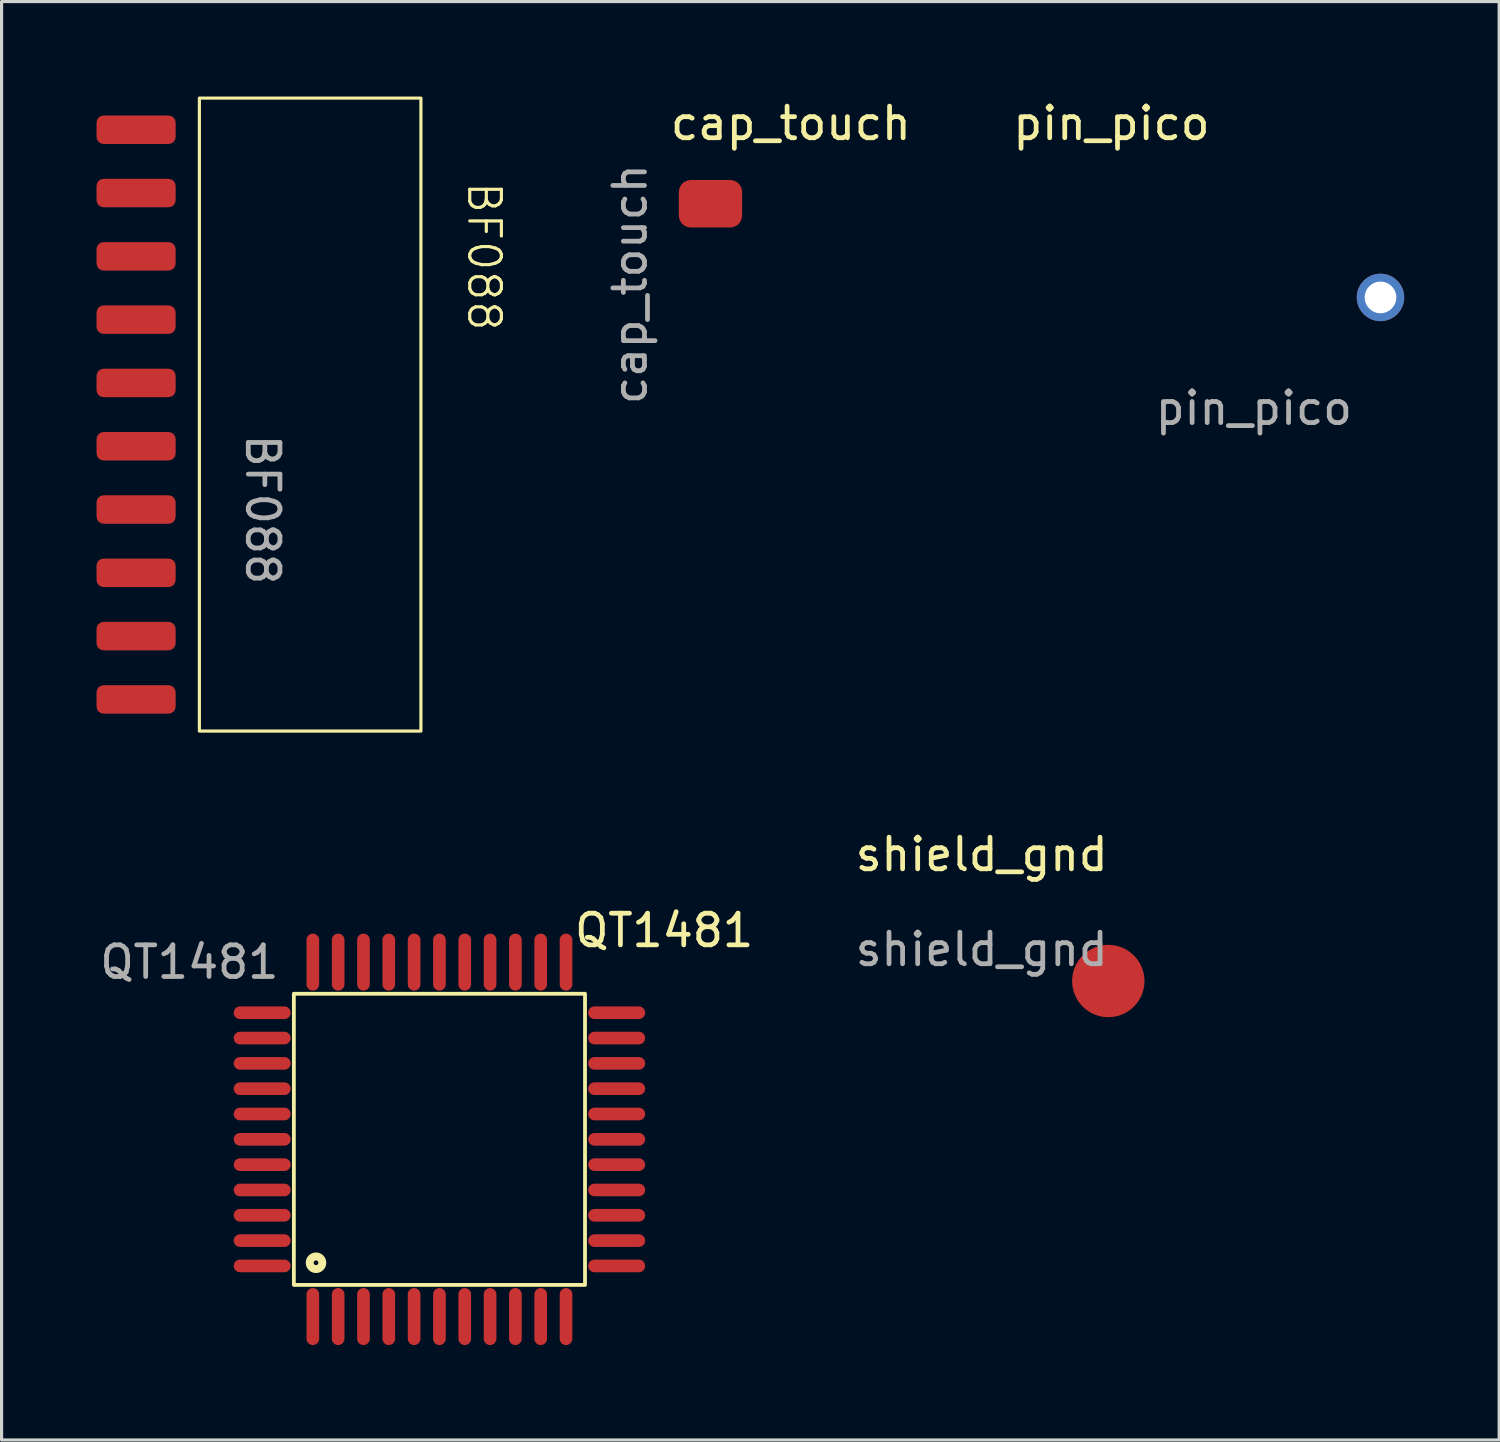
<source format=kicad_pcb>
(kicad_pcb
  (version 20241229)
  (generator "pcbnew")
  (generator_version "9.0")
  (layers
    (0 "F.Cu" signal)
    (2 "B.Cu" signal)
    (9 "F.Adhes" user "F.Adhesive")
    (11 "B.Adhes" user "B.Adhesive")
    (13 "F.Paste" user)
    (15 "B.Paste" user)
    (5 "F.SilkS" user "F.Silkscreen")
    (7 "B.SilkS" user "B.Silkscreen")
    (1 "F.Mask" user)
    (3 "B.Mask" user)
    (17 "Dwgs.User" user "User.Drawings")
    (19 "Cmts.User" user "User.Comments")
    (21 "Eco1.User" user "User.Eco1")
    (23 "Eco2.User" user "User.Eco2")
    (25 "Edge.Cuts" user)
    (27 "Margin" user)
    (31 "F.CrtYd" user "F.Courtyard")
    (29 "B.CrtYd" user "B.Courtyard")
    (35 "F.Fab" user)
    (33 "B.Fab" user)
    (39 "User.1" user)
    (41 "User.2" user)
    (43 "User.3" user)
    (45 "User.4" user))
  (footprint "BF088"
    (layer "F.Cu")
    (at 1.25 1.05)
    (property "Reference" "BF088" (at 11 4 270) (unlocked yes) (layer "F.SilkS") (effects (font (size 1 1) (thickness 0.1))))
    (attr smd)
    (fp_rect (start 2 -1) (end 9 19) (stroke (width 0.1) (type default)) (fill no) (layer "F.SilkS"))
    (fp_text user "${REFERENCE}" (at 4 12 270) (unlocked yes) (layer "F.Fab") (effects (font (size 1 1) (thickness 0.15))))
    (pad "1" smd roundrect (at 0 0) (size 2.5 0.9) (layers "F.Cu" "F.Mask" "F.Paste") (roundrect_rratio 0.25))
    (pad "2" smd roundrect (at 0 2) (size 2.5 0.9) (layers "F.Cu" "F.Mask" "F.Paste") (roundrect_rratio 0.25))
    (pad "3" smd roundrect (at 0 4) (size 2.5 0.9) (layers "F.Cu" "F.Mask" "F.Paste") (roundrect_rratio 0.25))
    (pad "4" smd roundrect (at 0 6) (size 2.5 0.9) (layers "F.Cu" "F.Mask" "F.Paste") (roundrect_rratio 0.25))
    (pad "5" smd roundrect (at 0 8) (size 2.5 0.9) (layers "F.Cu" "F.Mask" "F.Paste") (roundrect_rratio 0.25))
    (pad "6" smd roundrect (at 0 10) (size 2.5 0.9) (layers "F.Cu" "F.Mask" "F.Paste") (roundrect_rratio 0.25))
    (pad "7" smd roundrect (at 0 12) (size 2.5 0.9) (layers "F.Cu" "F.Mask" "F.Paste") (roundrect_rratio 0.25))
    (pad "8" smd roundrect (at 0 14) (size 2.5 0.9) (layers "F.Cu" "F.Mask" "F.Paste") (roundrect_rratio 0.25))
    (pad "9" smd roundrect (at 0 16) (size 2.5 0.9) (layers "F.Cu" "F.Mask" "F.Paste") (roundrect_rratio 0.25))
    (pad "10" smd roundrect (at 0 18) (size 2.5 0.9) (layers "F.Cu" "F.Mask" "F.Paste") (roundrect_rratio 0.25)))
  (footprint "QT1481"
    (layer "F.Cu")
    (at 4.435 23.35)
    (property "Reference" "QT1481" (at 13.5 3 0) (unlocked yes) (layer "F.SilkS") (effects (font (size 1 1) (thickness 0.15))))
    (attr smd)
    (fp_rect (start 1.8 14.2) (end 11 5) (stroke (width 0.12) (type solid)) (fill no) (layer "F.SilkS"))
    (fp_circle (center 2.5 13.5) (end 2.7 13.5) (stroke (width 0.25) (type solid)) (fill no) (layer "F.SilkS"))
    (fp_text user "${REFERENCE}" (at -1.5 4 0) (unlocked yes) (layer "F.Fab") (effects (font (size 1 1) (thickness 0.15))))
    (pad "1" smd oval (at 2.4 15.2) (size 0.4 1.8) (layers "F.Cu" "F.Mask" "F.Paste"))
    (pad "2" smd oval (at 3.2 15.2) (size 0.4 1.8) (layers "F.Cu" "F.Mask" "F.Paste"))
    (pad "3" smd oval (at 4 15.2) (size 0.4 1.8) (layers "F.Cu" "F.Mask" "F.Paste"))
    (pad "4" smd oval (at 4.8 15.2) (size 0.4 1.8) (layers "F.Cu" "F.Mask" "F.Paste"))
    (pad "5" smd oval (at 5.6 15.2) (size 0.4 1.8) (layers "F.Cu" "F.Mask" "F.Paste"))
    (pad "6" smd oval (at 6.4 15.2) (size 0.4 1.8) (layers "F.Cu" "F.Mask" "F.Paste"))
    (pad "7" smd oval (at 7.2 15.2) (size 0.4 1.8) (layers "F.Cu" "F.Mask" "F.Paste"))
    (pad "8" smd oval (at 8 15.2) (size 0.4 1.8) (layers "F.Cu" "F.Mask" "F.Paste"))
    (pad "9" smd oval (at 8.8 15.2) (size 0.4 1.8) (layers "F.Cu" "F.Mask" "F.Paste"))
    (pad "10" smd oval (at 9.6 15.2) (size 0.4 1.8) (layers "F.Cu" "F.Mask" "F.Paste"))
    (pad "11" smd oval (at 10.4 15.2) (size 0.4 1.8) (layers "F.Cu" "F.Mask" "F.Paste"))
    (pad "12" smd oval (at 12 13.6) (size 1.8 0.4) (layers "F.Cu" "F.Mask" "F.Paste"))
    (pad "13" smd oval (at 12 12.8) (size 1.8 0.4) (layers "F.Cu" "F.Mask" "F.Paste"))
    (pad "14" smd oval (at 12 12) (size 1.8 0.4) (layers "F.Cu" "F.Mask" "F.Paste"))
    (pad "15" smd oval (at 12 11.2) (size 1.8 0.4) (layers "F.Cu" "F.Mask" "F.Paste"))
    (pad "16" smd oval (at 12 10.4) (size 1.8 0.4) (layers "F.Cu" "F.Mask" "F.Paste"))
    (pad "17" smd oval (at 12 9.6) (size 1.8 0.4) (layers "F.Cu" "F.Mask" "F.Paste"))
    (pad "18" smd oval (at 12 8.8) (size 1.8 0.4) (layers "F.Cu" "F.Mask" "F.Paste"))
    (pad "19" smd oval (at 12 8) (size 1.8 0.4) (layers "F.Cu" "F.Mask" "F.Paste"))
    (pad "20" smd oval (at 12 7.2) (size 1.8 0.4) (layers "F.Cu" "F.Mask" "F.Paste"))
    (pad "21" smd oval (at 12 6.4) (size 1.8 0.4) (layers "F.Cu" "F.Mask" "F.Paste"))
    (pad "22" smd oval (at 12 5.6) (size 1.8 0.4) (layers "F.Cu" "F.Mask" "F.Paste"))
    (pad "23" smd oval (at 10.4 4) (size 0.4 1.8) (layers "F.Cu" "F.Mask" "F.Paste"))
    (pad "24" smd oval (at 9.6 4) (size 0.4 1.8) (layers "F.Cu" "F.Mask" "F.Paste"))
    (pad "25" smd oval (at 8.8 4) (size 0.4 1.8) (layers "F.Cu" "F.Mask" "F.Paste"))
    (pad "26" smd oval (at 8 4) (size 0.4 1.8) (layers "F.Cu" "F.Mask" "F.Paste"))
    (pad "27" smd oval (at 7.2 4) (size 0.4 1.8) (layers "F.Cu" "F.Mask" "F.Paste"))
    (pad "28" smd oval (at 6.4 4) (size 0.4 1.8) (layers "F.Cu" "F.Mask" "F.Paste"))
    (pad "29" smd oval (at 5.6 4) (size 0.4 1.8) (layers "F.Cu" "F.Mask" "F.Paste"))
    (pad "30" smd oval (at 4.8 4) (size 0.4 1.8) (layers "F.Cu" "F.Mask" "F.Paste"))
    (pad "31" smd oval (at 4 4) (size 0.4 1.8) (layers "F.Cu" "F.Mask" "F.Paste"))
    (pad "32" smd oval (at 3.2 4) (size 0.4 1.8) (layers "F.Cu" "F.Mask" "F.Paste"))
    (pad "33" smd oval (at 2.4 4) (size 0.4 1.8) (layers "F.Cu" "F.Mask" "F.Paste"))
    (pad "34" smd oval (at 0.8 5.6) (size 1.8 0.4) (layers "F.Cu" "F.Mask" "F.Paste"))
    (pad "35" smd oval (at 0.8 6.4) (size 1.8 0.4) (layers "F.Cu" "F.Mask" "F.Paste"))
    (pad "36" smd oval (at 0.8 7.2) (size 1.8 0.4) (layers "F.Cu" "F.Mask" "F.Paste"))
    (pad "37" smd oval (at 0.8 8) (size 1.8 0.4) (layers "F.Cu" "F.Mask" "F.Paste"))
    (pad "38" smd oval (at 0.8 8.8) (size 1.8 0.4) (layers "F.Cu" "F.Mask" "F.Paste"))
    (pad "39" smd oval (at 0.8 9.6) (size 1.8 0.4) (layers "F.Cu" "F.Mask" "F.Paste"))
    (pad "40" smd oval (at 0.8 10.4) (size 1.8 0.4) (layers "F.Cu" "F.Mask" "F.Paste"))
    (pad "41" smd oval (at 0.8 11.2) (size 1.8 0.4) (layers "F.Cu" "F.Mask" "F.Paste"))
    (pad "42" smd oval (at 0.8 12) (size 1.8 0.4) (layers "F.Cu" "F.Mask" "F.Paste"))
    (pad "43" smd oval (at 0.8 12.8) (size 1.8 0.4) (layers "F.Cu" "F.Mask" "F.Paste"))
    (pad "44" smd oval (at 0.8 13.6) (size 1.8 0.4) (layers "F.Cu" "F.Mask" "F.Paste")))
  (footprint "shield_gnd"
    (layer "F.Cu")
    (at 27.97 24.448)
    (property "Reference" "shield_gnd" (at 0 -0.5 0) (unlocked yes) (layer "F.SilkS") (effects (font (size 1 1) (thickness 0.15))))
    (attr smd)
    (fp_text user "${REFERENCE}" (at 0 2.5 0) (unlocked yes) (layer "F.Fab") (effects (font (size 1 1) (thickness 0.15))))
    (pad "1" smd circle (at 4 3.5) (size 2.286 2.286) (layers "F.Cu" "F.Mask" "F.Paste")))
  (footprint "pin_pico"
    (layer "F.Cu")
    (at 38.07 4.348)
    (property "Reference" "pin_pico" (at -6 -3.5 0) (unlocked yes) (layer "F.SilkS") (effects (font (size 1 1) (thickness 0.15))))
    (attr through_hole)
    (fp_text user "${REFERENCE}" (at -1.5 5.5 0) (unlocked yes) (layer "F.Fab") (effects (font (size 1 1) (thickness 0.15))))
    (pad "1" thru_hole circle (at 2.5 2) (size 1.5 1.5) (drill 1) (layers "*.Cu" "*.Mask")))
  (footprint "cap_touch"
    (layer "F.Cu")
    (at 19.399 3.388)
    (property "Reference" "cap_touch" (at 2.54 -2.54 0) (unlocked yes) (layer "F.SilkS") (effects (font (size 1 1) (thickness 0.15))))
    (attr smd)
    (fp_text user "${REFERENCE}" (at -2.54 2.54 90) (unlocked yes) (layer "F.Fab") (effects (font (size 1 1) (thickness 0.15))))
    (pad "1" smd roundrect (at 0 0) (size 2 1.5) (layers "F.Cu" "F.Mask" "F.Paste") (roundrect_rratio 0.25)))
  (gr_rect
    (start -3 -3)
    (end 44.32 42.45)
    (stroke (width 0.1) (type default))
    (fill no)
    (layer "Edge.Cuts")))
</source>
